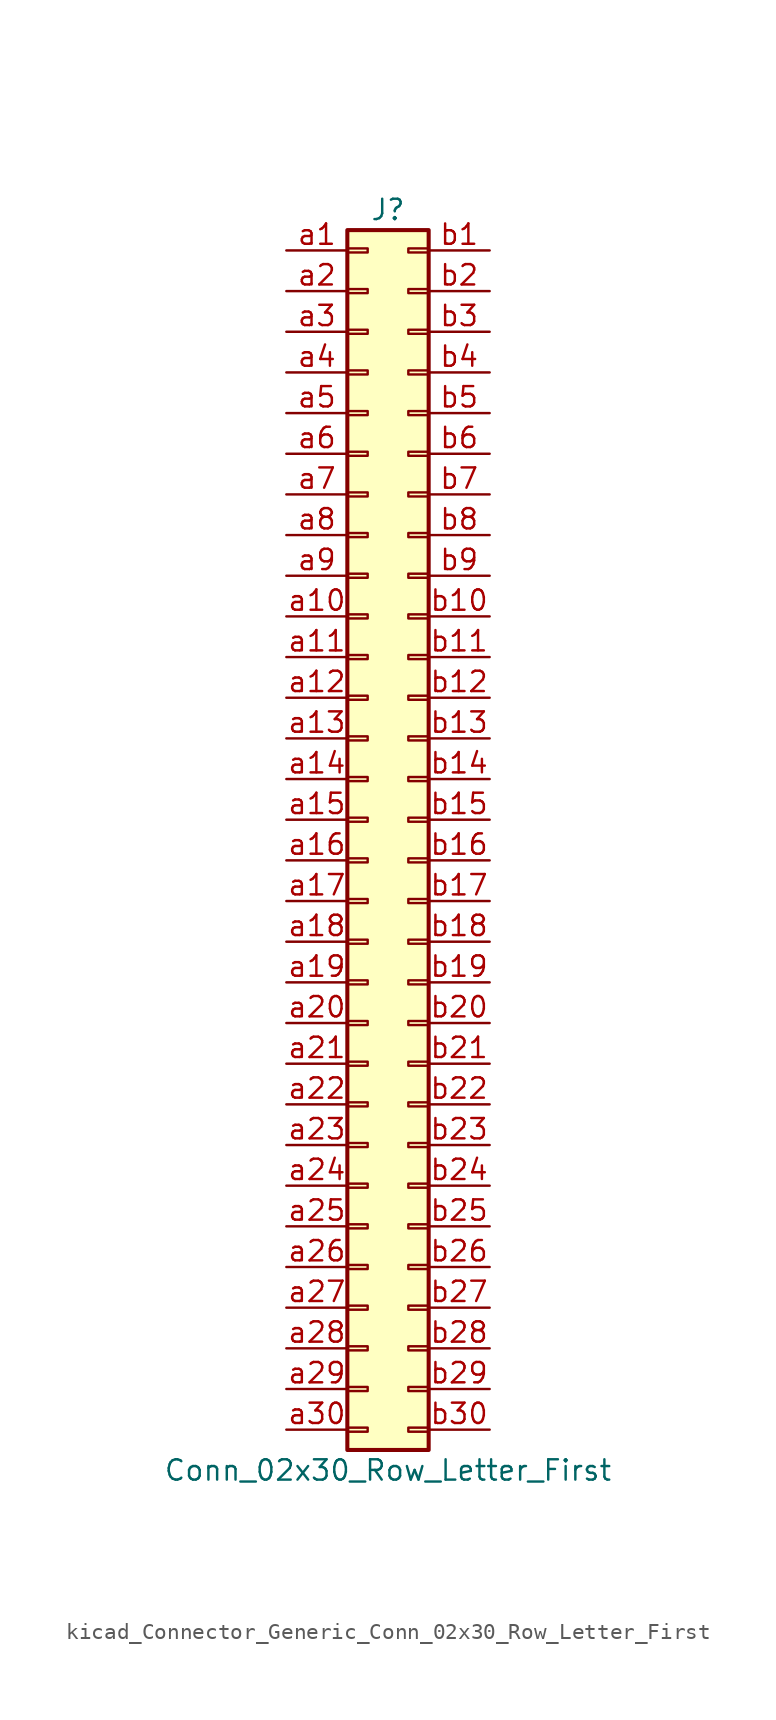
<source format=kicad_sym>
(kicad_symbol_lib
  (version 20220914)
  (generator kicad_symbol_editor)
  (symbol "kicad_Connector_Generic_Conn_02x30_Row_Letter_First"
    (pin_names
      (offset 1.016) hide)
    (property "Reference" "J"
      (at 1.27 38.1 0)
      (effects (font (size 1.27 1.27))))
    (property "Value" "Conn_02x30_Row_Letter_First"
      (at 1.27 -40.64 0)
      (effects (font (size 1.27 1.27))))
    (symbol "kicad_Connector_Generic_Conn_02x30_Row_Letter_First_1_1"
      (rectangle (start -1.27 -37.973) (end 0 -38.227) (stroke (width 0.152) (type default)) (fill (type none)))
      (rectangle (start -1.27 -35.433) (end 0 -35.687) (stroke (width 0.152) (type default)) (fill (type none)))
      (rectangle (start -1.27 -32.893) (end 0 -33.147) (stroke (width 0.152) (type default)) (fill (type none)))
      (rectangle (start -1.27 -30.353) (end 0 -30.607) (stroke (width 0.152) (type default)) (fill (type none)))
      (rectangle (start -1.27 -27.813) (end 0 -28.067) (stroke (width 0.152) (type default)) (fill (type none)))
      (rectangle (start -1.27 -25.273) (end 0 -25.527) (stroke (width 0.152) (type default)) (fill (type none)))
      (rectangle (start -1.27 -22.733) (end 0 -22.987) (stroke (width 0.152) (type default)) (fill (type none)))
      (rectangle (start -1.27 -20.193) (end 0 -20.447) (stroke (width 0.152) (type default)) (fill (type none)))
      (rectangle (start -1.27 -17.653) (end 0 -17.907) (stroke (width 0.152) (type default)) (fill (type none)))
      (rectangle (start -1.27 -15.113) (end 0 -15.367) (stroke (width 0.152) (type default)) (fill (type none)))
      (rectangle (start -1.27 -12.573) (end 0 -12.827) (stroke (width 0.152) (type default)) (fill (type none)))
      (rectangle (start -1.27 -10.033) (end 0 -10.287) (stroke (width 0.152) (type default)) (fill (type none)))
      (rectangle (start -1.27 -7.493) (end 0 -7.747) (stroke (width 0.152) (type default)) (fill (type none)))
      (rectangle (start -1.27 -4.953) (end 0 -5.207) (stroke (width 0.152) (type default)) (fill (type none)))
      (rectangle (start -1.27 -2.413) (end 0 -2.667) (stroke (width 0.152) (type default)) (fill (type none)))
      (rectangle (start -1.27 0.127) (end 0 -0.127) (stroke (width 0.152) (type default)) (fill (type none)))
      (rectangle (start -1.27 2.667) (end 0 2.413) (stroke (width 0.152) (type default)) (fill (type none)))
      (rectangle (start -1.27 5.207) (end 0 4.953) (stroke (width 0.152) (type default)) (fill (type none)))
      (rectangle (start -1.27 7.747) (end 0 7.493) (stroke (width 0.152) (type default)) (fill (type none)))
      (rectangle (start -1.27 10.287) (end 0 10.033) (stroke (width 0.152) (type default)) (fill (type none)))
      (rectangle (start -1.27 12.827) (end 0 12.573) (stroke (width 0.152) (type default)) (fill (type none)))
      (rectangle (start -1.27 15.367) (end 0 15.113) (stroke (width 0.152) (type default)) (fill (type none)))
      (rectangle (start -1.27 17.907) (end 0 17.653) (stroke (width 0.152) (type default)) (fill (type none)))
      (rectangle (start -1.27 20.447) (end 0 20.193) (stroke (width 0.152) (type default)) (fill (type none)))
      (rectangle (start -1.27 22.987) (end 0 22.733) (stroke (width 0.152) (type default)) (fill (type none)))
      (rectangle (start -1.27 25.527) (end 0 25.273) (stroke (width 0.152) (type default)) (fill (type none)))
      (rectangle (start -1.27 28.067) (end 0 27.813) (stroke (width 0.152) (type default)) (fill (type none)))
      (rectangle (start -1.27 30.607) (end 0 30.353) (stroke (width 0.152) (type default)) (fill (type none)))
      (rectangle (start -1.27 33.147) (end 0 32.893) (stroke (width 0.152) (type default)) (fill (type none)))
      (rectangle (start -1.27 35.687) (end 0 35.433) (stroke (width 0.152) (type default)) (fill (type none)))
      (rectangle (start -1.27 36.83) (end 3.81 -39.37) (stroke (width 0.254) (type default)) (fill (type background)))
      (rectangle (start 3.81 -37.973) (end 2.54 -38.227) (stroke (width 0.152) (type default)) (fill (type none)))
      (rectangle (start 3.81 -35.433) (end 2.54 -35.687) (stroke (width 0.152) (type default)) (fill (type none)))
      (rectangle (start 3.81 -32.893) (end 2.54 -33.147) (stroke (width 0.152) (type default)) (fill (type none)))
      (rectangle (start 3.81 -30.353) (end 2.54 -30.607) (stroke (width 0.152) (type default)) (fill (type none)))
      (rectangle (start 3.81 -27.813) (end 2.54 -28.067) (stroke (width 0.152) (type default)) (fill (type none)))
      (rectangle (start 3.81 -25.273) (end 2.54 -25.527) (stroke (width 0.152) (type default)) (fill (type none)))
      (rectangle (start 3.81 -22.733) (end 2.54 -22.987) (stroke (width 0.152) (type default)) (fill (type none)))
      (rectangle (start 3.81 -20.193) (end 2.54 -20.447) (stroke (width 0.152) (type default)) (fill (type none)))
      (rectangle (start 3.81 -17.653) (end 2.54 -17.907) (stroke (width 0.152) (type default)) (fill (type none)))
      (rectangle (start 3.81 -15.113) (end 2.54 -15.367) (stroke (width 0.152) (type default)) (fill (type none)))
      (rectangle (start 3.81 -12.573) (end 2.54 -12.827) (stroke (width 0.152) (type default)) (fill (type none)))
      (rectangle (start 3.81 -10.033) (end 2.54 -10.287) (stroke (width 0.152) (type default)) (fill (type none)))
      (rectangle (start 3.81 -7.493) (end 2.54 -7.747) (stroke (width 0.152) (type default)) (fill (type none)))
      (rectangle (start 3.81 -4.953) (end 2.54 -5.207) (stroke (width 0.152) (type default)) (fill (type none)))
      (rectangle (start 3.81 -2.413) (end 2.54 -2.667) (stroke (width 0.152) (type default)) (fill (type none)))
      (rectangle (start 3.81 0.127) (end 2.54 -0.127) (stroke (width 0.152) (type default)) (fill (type none)))
      (rectangle (start 3.81 2.667) (end 2.54 2.413) (stroke (width 0.152) (type default)) (fill (type none)))
      (rectangle (start 3.81 5.207) (end 2.54 4.953) (stroke (width 0.152) (type default)) (fill (type none)))
      (rectangle (start 3.81 7.747) (end 2.54 7.493) (stroke (width 0.152) (type default)) (fill (type none)))
      (rectangle (start 3.81 10.287) (end 2.54 10.033) (stroke (width 0.152) (type default)) (fill (type none)))
      (rectangle (start 3.81 12.827) (end 2.54 12.573) (stroke (width 0.152) (type default)) (fill (type none)))
      (rectangle (start 3.81 15.367) (end 2.54 15.113) (stroke (width 0.152) (type default)) (fill (type none)))
      (rectangle (start 3.81 17.907) (end 2.54 17.653) (stroke (width 0.152) (type default)) (fill (type none)))
      (rectangle (start 3.81 20.447) (end 2.54 20.193) (stroke (width 0.152) (type default)) (fill (type none)))
      (rectangle (start 3.81 22.987) (end 2.54 22.733) (stroke (width 0.152) (type default)) (fill (type none)))
      (rectangle (start 3.81 25.527) (end 2.54 25.273) (stroke (width 0.152) (type default)) (fill (type none)))
      (rectangle (start 3.81 28.067) (end 2.54 27.813) (stroke (width 0.152) (type default)) (fill (type none)))
      (rectangle (start 3.81 30.607) (end 2.54 30.353) (stroke (width 0.152) (type default)) (fill (type none)))
      (rectangle (start 3.81 33.147) (end 2.54 32.893) (stroke (width 0.152) (type default)) (fill (type none)))
      (rectangle (start 3.81 35.687) (end 2.54 35.433) (stroke (width 0.152) (type default)) (fill (type none)))
      (pin passive line (at -5.08 35.56 0) (length 3.81) (name "Pin_a1" (effects (font (size 1.27 1.27)))) (number "a1" (effects (font (size 1.27 1.27)))))
      (pin passive line (at -5.08 12.7 0) (length 3.81) (name "Pin_a10" (effects (font (size 1.27 1.27)))) (number "a10" (effects (font (size 1.27 1.27)))))
      (pin passive line (at -5.08 10.16 0) (length 3.81) (name "Pin_a11" (effects (font (size 1.27 1.27)))) (number "a11" (effects (font (size 1.27 1.27)))))
      (pin passive line (at -5.08 7.62 0) (length 3.81) (name "Pin_a12" (effects (font (size 1.27 1.27)))) (number "a12" (effects (font (size 1.27 1.27)))))
      (pin passive line (at -5.08 5.08 0) (length 3.81) (name "Pin_a13" (effects (font (size 1.27 1.27)))) (number "a13" (effects (font (size 1.27 1.27)))))
      (pin passive line (at -5.08 2.54 0) (length 3.81) (name "Pin_a14" (effects (font (size 1.27 1.27)))) (number "a14" (effects (font (size 1.27 1.27)))))
      (pin passive line (at -5.08 0 0) (length 3.81) (name "Pin_a15" (effects (font (size 1.27 1.27)))) (number "a15" (effects (font (size 1.27 1.27)))))
      (pin passive line (at -5.08 -2.54 0) (length 3.81) (name "Pin_a16" (effects (font (size 1.27 1.27)))) (number "a16" (effects (font (size 1.27 1.27)))))
      (pin passive line (at -5.08 -5.08 0) (length 3.81) (name "Pin_a17" (effects (font (size 1.27 1.27)))) (number "a17" (effects (font (size 1.27 1.27)))))
      (pin passive line (at -5.08 -7.62 0) (length 3.81) (name "Pin_a18" (effects (font (size 1.27 1.27)))) (number "a18" (effects (font (size 1.27 1.27)))))
      (pin passive line (at -5.08 -10.16 0) (length 3.81) (name "Pin_a19" (effects (font (size 1.27 1.27)))) (number "a19" (effects (font (size 1.27 1.27)))))
      (pin passive line (at -5.08 33.02 0) (length 3.81) (name "Pin_a2" (effects (font (size 1.27 1.27)))) (number "a2" (effects (font (size 1.27 1.27)))))
      (pin passive line (at -5.08 -12.7 0) (length 3.81) (name "Pin_a20" (effects (font (size 1.27 1.27)))) (number "a20" (effects (font (size 1.27 1.27)))))
      (pin passive line (at -5.08 -15.24 0) (length 3.81) (name "Pin_a21" (effects (font (size 1.27 1.27)))) (number "a21" (effects (font (size 1.27 1.27)))))
      (pin passive line (at -5.08 -17.78 0) (length 3.81) (name "Pin_a22" (effects (font (size 1.27 1.27)))) (number "a22" (effects (font (size 1.27 1.27)))))
      (pin passive line (at -5.08 -20.32 0) (length 3.81) (name "Pin_a23" (effects (font (size 1.27 1.27)))) (number "a23" (effects (font (size 1.27 1.27)))))
      (pin passive line (at -5.08 -22.86 0) (length 3.81) (name "Pin_a24" (effects (font (size 1.27 1.27)))) (number "a24" (effects (font (size 1.27 1.27)))))
      (pin passive line (at -5.08 -25.4 0) (length 3.81) (name "Pin_a25" (effects (font (size 1.27 1.27)))) (number "a25" (effects (font (size 1.27 1.27)))))
      (pin passive line (at -5.08 -27.94 0) (length 3.81) (name "Pin_a26" (effects (font (size 1.27 1.27)))) (number "a26" (effects (font (size 1.27 1.27)))))
      (pin passive line (at -5.08 -30.48 0) (length 3.81) (name "Pin_a27" (effects (font (size 1.27 1.27)))) (number "a27" (effects (font (size 1.27 1.27)))))
      (pin passive line (at -5.08 -33.02 0) (length 3.81) (name "Pin_a28" (effects (font (size 1.27 1.27)))) (number "a28" (effects (font (size 1.27 1.27)))))
      (pin passive line (at -5.08 -35.56 0) (length 3.81) (name "Pin_a29" (effects (font (size 1.27 1.27)))) (number "a29" (effects (font (size 1.27 1.27)))))
      (pin passive line (at -5.08 30.48 0) (length 3.81) (name "Pin_a3" (effects (font (size 1.27 1.27)))) (number "a3" (effects (font (size 1.27 1.27)))))
      (pin passive line (at -5.08 -38.1 0) (length 3.81) (name "Pin_a30" (effects (font (size 1.27 1.27)))) (number "a30" (effects (font (size 1.27 1.27)))))
      (pin passive line (at -5.08 27.94 0) (length 3.81) (name "Pin_a4" (effects (font (size 1.27 1.27)))) (number "a4" (effects (font (size 1.27 1.27)))))
      (pin passive line (at -5.08 25.4 0) (length 3.81) (name "Pin_a5" (effects (font (size 1.27 1.27)))) (number "a5" (effects (font (size 1.27 1.27)))))
      (pin passive line (at -5.08 22.86 0) (length 3.81) (name "Pin_a6" (effects (font (size 1.27 1.27)))) (number "a6" (effects (font (size 1.27 1.27)))))
      (pin passive line (at -5.08 20.32 0) (length 3.81) (name "Pin_a7" (effects (font (size 1.27 1.27)))) (number "a7" (effects (font (size 1.27 1.27)))))
      (pin passive line (at -5.08 17.78 0) (length 3.81) (name "Pin_a8" (effects (font (size 1.27 1.27)))) (number "a8" (effects (font (size 1.27 1.27)))))
      (pin passive line (at -5.08 15.24 0) (length 3.81) (name "Pin_a9" (effects (font (size 1.27 1.27)))) (number "a9" (effects (font (size 1.27 1.27)))))
      (pin passive line (at 7.62 35.56 180) (length 3.81) (name "Pin_b1" (effects (font (size 1.27 1.27)))) (number "b1" (effects (font (size 1.27 1.27)))))
      (pin passive line (at 7.62 12.7 180) (length 3.81) (name "Pin_b10" (effects (font (size 1.27 1.27)))) (number "b10" (effects (font (size 1.27 1.27)))))
      (pin passive line (at 7.62 10.16 180) (length 3.81) (name "Pin_b11" (effects (font (size 1.27 1.27)))) (number "b11" (effects (font (size 1.27 1.27)))))
      (pin passive line (at 7.62 7.62 180) (length 3.81) (name "Pin_b12" (effects (font (size 1.27 1.27)))) (number "b12" (effects (font (size 1.27 1.27)))))
      (pin passive line (at 7.62 5.08 180) (length 3.81) (name "Pin_b13" (effects (font (size 1.27 1.27)))) (number "b13" (effects (font (size 1.27 1.27)))))
      (pin passive line (at 7.62 2.54 180) (length 3.81) (name "Pin_b14" (effects (font (size 1.27 1.27)))) (number "b14" (effects (font (size 1.27 1.27)))))
      (pin passive line (at 7.62 0 180) (length 3.81) (name "Pin_b15" (effects (font (size 1.27 1.27)))) (number "b15" (effects (font (size 1.27 1.27)))))
      (pin passive line (at 7.62 -2.54 180) (length 3.81) (name "Pin_b16" (effects (font (size 1.27 1.27)))) (number "b16" (effects (font (size 1.27 1.27)))))
      (pin passive line (at 7.62 -5.08 180) (length 3.81) (name "Pin_b17" (effects (font (size 1.27 1.27)))) (number "b17" (effects (font (size 1.27 1.27)))))
      (pin passive line (at 7.62 -7.62 180) (length 3.81) (name "Pin_b18" (effects (font (size 1.27 1.27)))) (number "b18" (effects (font (size 1.27 1.27)))))
      (pin passive line (at 7.62 -10.16 180) (length 3.81) (name "Pin_b19" (effects (font (size 1.27 1.27)))) (number "b19" (effects (font (size 1.27 1.27)))))
      (pin passive line (at 7.62 33.02 180) (length 3.81) (name "Pin_b2" (effects (font (size 1.27 1.27)))) (number "b2" (effects (font (size 1.27 1.27)))))
      (pin passive line (at 7.62 -12.7 180) (length 3.81) (name "Pin_b20" (effects (font (size 1.27 1.27)))) (number "b20" (effects (font (size 1.27 1.27)))))
      (pin passive line (at 7.62 -15.24 180) (length 3.81) (name "Pin_b21" (effects (font (size 1.27 1.27)))) (number "b21" (effects (font (size 1.27 1.27)))))
      (pin passive line (at 7.62 -17.78 180) (length 3.81) (name "Pin_b22" (effects (font (size 1.27 1.27)))) (number "b22" (effects (font (size 1.27 1.27)))))
      (pin passive line (at 7.62 -20.32 180) (length 3.81) (name "Pin_b23" (effects (font (size 1.27 1.27)))) (number "b23" (effects (font (size 1.27 1.27)))))
      (pin passive line (at 7.62 -22.86 180) (length 3.81) (name "Pin_b24" (effects (font (size 1.27 1.27)))) (number "b24" (effects (font (size 1.27 1.27)))))
      (pin passive line (at 7.62 -25.4 180) (length 3.81) (name "Pin_b25" (effects (font (size 1.27 1.27)))) (number "b25" (effects (font (size 1.27 1.27)))))
      (pin passive line (at 7.62 -27.94 180) (length 3.81) (name "Pin_b26" (effects (font (size 1.27 1.27)))) (number "b26" (effects (font (size 1.27 1.27)))))
      (pin passive line (at 7.62 -30.48 180) (length 3.81) (name "Pin_b27" (effects (font (size 1.27 1.27)))) (number "b27" (effects (font (size 1.27 1.27)))))
      (pin passive line (at 7.62 -33.02 180) (length 3.81) (name "Pin_b28" (effects (font (size 1.27 1.27)))) (number "b28" (effects (font (size 1.27 1.27)))))
      (pin passive line (at 7.62 -35.56 180) (length 3.81) (name "Pin_b29" (effects (font (size 1.27 1.27)))) (number "b29" (effects (font (size 1.27 1.27)))))
      (pin passive line (at 7.62 30.48 180) (length 3.81) (name "Pin_b3" (effects (font (size 1.27 1.27)))) (number "b3" (effects (font (size 1.27 1.27)))))
      (pin passive line (at 7.62 -38.1 180) (length 3.81) (name "Pin_b30" (effects (font (size 1.27 1.27)))) (number "b30" (effects (font (size 1.27 1.27)))))
      (pin passive line (at 7.62 27.94 180) (length 3.81) (name "Pin_b4" (effects (font (size 1.27 1.27)))) (number "b4" (effects (font (size 1.27 1.27)))))
      (pin passive line (at 7.62 25.4 180) (length 3.81) (name "Pin_b5" (effects (font (size 1.27 1.27)))) (number "b5" (effects (font (size 1.27 1.27)))))
      (pin passive line (at 7.62 22.86 180) (length 3.81) (name "Pin_b6" (effects (font (size 1.27 1.27)))) (number "b6" (effects (font (size 1.27 1.27)))))
      (pin passive line (at 7.62 20.32 180) (length 3.81) (name "Pin_b7" (effects (font (size 1.27 1.27)))) (number "b7" (effects (font (size 1.27 1.27)))))
      (pin passive line (at 7.62 17.78 180) (length 3.81) (name "Pin_b8" (effects (font (size 1.27 1.27)))) (number "b8" (effects (font (size 1.27 1.27)))))
      (pin passive line (at 7.62 15.24 180) (length 3.81) (name "Pin_b9" (effects (font (size 1.27 1.27)))) (number "b9" (effects (font (size 1.27 1.27))))))))
</source>
